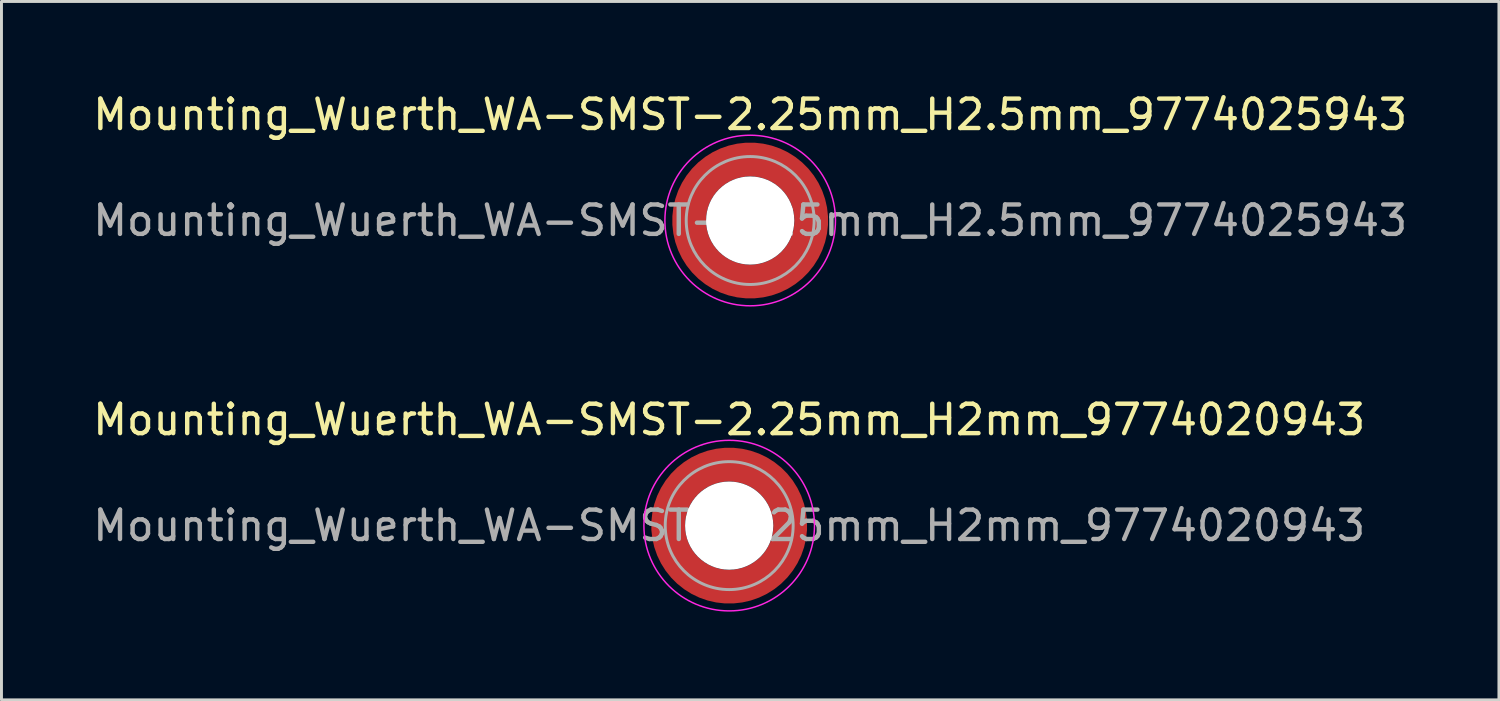
<source format=kicad_pcb>
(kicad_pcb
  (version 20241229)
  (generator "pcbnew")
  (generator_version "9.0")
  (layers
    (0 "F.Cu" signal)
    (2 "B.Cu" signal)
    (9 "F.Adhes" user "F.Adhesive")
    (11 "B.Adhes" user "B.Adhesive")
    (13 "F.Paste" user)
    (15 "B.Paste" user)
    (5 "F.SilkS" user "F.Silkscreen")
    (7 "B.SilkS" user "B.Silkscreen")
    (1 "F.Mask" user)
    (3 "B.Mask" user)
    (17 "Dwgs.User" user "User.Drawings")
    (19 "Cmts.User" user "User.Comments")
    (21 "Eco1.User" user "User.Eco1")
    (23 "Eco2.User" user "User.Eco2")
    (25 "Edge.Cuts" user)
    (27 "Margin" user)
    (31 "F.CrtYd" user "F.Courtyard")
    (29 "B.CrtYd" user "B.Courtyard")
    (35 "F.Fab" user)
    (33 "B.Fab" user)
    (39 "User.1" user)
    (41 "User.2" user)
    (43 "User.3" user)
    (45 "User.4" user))
  (footprint "Mounting_Wuerth_WA-SMST-2.25mm_H2.5mm_9774025943"
    (layer "F.Cu")
    (at 22.458 4.448)
    (property "Reference" "Mounting_Wuerth_WA-SMST-2.25mm_H2.5mm_9774025943" (at 0 -3.6 0) (layer "F.SilkS") (effects (font (size 1 1) (thickness 0.15))))
    (attr smd)
    (fp_circle (center 0 0) (end 2.9 0) (stroke (width 0.05) (type solid)) (fill no) (layer "F.CrtYd"))
    (fp_circle (center 0 0) (end 2.175 0) (stroke (width 0.1) (type solid)) (fill no) (layer "F.Fab"))
    (fp_text user "${REFERENCE}" (at 0 0 0) (layer "F.Fab") (effects (font (size 1 1) (thickness 0.15))))
    (pad "" smd custom (at -1.453 -1.453) (size 0.61 0.61) (layers "F.Paste") (options (anchor circle)) (primitives (gr_arc (start -0.147677 1.053104) (mid 0.286378 0.286378) (end 1.053104 -0.147677) (width 0.2)) (gr_arc (start -0.240295 1.053104) (mid 0.222738 0.222738) (end 1.053104 -0.240295) (width 0.2)) (gr_arc (start -0.332645 1.053104) (mid 0.159099 0.159099) (end 1.053104 -0.332645) (width 0.2)) (gr_arc (start -0.424767 1.053104) (mid 0.095459 0.095459) (end 1.053104 -0.424767) (width 0.2)) (gr_arc (start -0.516693 1.053104) (mid 0.031819 0.031819) (end 1.053104 -0.516693) (width 0.2)) (gr_arc (start -0.608448 1.053104) (mid -0.03182 -0.03182) (end 1.053104 -0.608448) (width 0.2)) (gr_arc (start -0.700056 1.053104) (mid -0.09546 -0.09546) (end 1.053104 -0.700056) (width 0.2)) (gr_arc (start -0.791534 1.053104) (mid -0.159099 -0.159099) (end 1.053104 -0.791534) (width 0.2)) (gr_arc (start -0.882896 1.053104) (mid -0.222738 -0.222738) (end 1.053104 -0.882896) (width 0.2)) (gr_arc (start -0.974157 1.053104) (mid -0.286378 -0.286378) (end 1.053104 -0.974157) (width 0.2)) (gr_line (start 1.053 -0.148) (end 1.053 -0.974) (width 0.2)) (gr_line (start -0.148 1.053) (end -0.974 1.053) (width 0.2))))
    (pad "" smd custom (at -1.453 1.453) (size 0.61 0.61) (layers "F.Paste") (options (anchor circle)) (primitives (gr_arc (start 1.053104 0.147677) (mid 0.286378 -0.286378) (end -0.147677 -1.053104) (width 0.2)) (gr_arc (start 1.053104 0.240295) (mid 0.222738 -0.222738) (end -0.240295 -1.053104) (width 0.2)) (gr_arc (start 1.053104 0.332645) (mid 0.159099 -0.159099) (end -0.332645 -1.053104) (width 0.2)) (gr_arc (start 1.053104 0.424767) (mid 0.095459 -0.095459) (end -0.424767 -1.053104) (width 0.2)) (gr_arc (start 1.053104 0.516693) (mid 0.031819 -0.031819) (end -0.516693 -1.053104) (width 0.2)) (gr_arc (start 1.053104 0.608448) (mid -0.03182 0.03182) (end -0.608448 -1.053104) (width 0.2)) (gr_arc (start 1.053104 0.700056) (mid -0.09546 0.09546) (end -0.700056 -1.053104) (width 0.2)) (gr_arc (start 1.053104 0.791534) (mid -0.159099 0.159099) (end -0.791534 -1.053104) (width 0.2)) (gr_arc (start 1.053104 0.882896) (mid -0.222738 0.222738) (end -0.882896 -1.053104) (width 0.2)) (gr_arc (start 1.053104 0.974157) (mid -0.286378 0.286378) (end -0.974157 -1.053104) (width 0.2)) (gr_line (start -0.148 -1.053) (end -0.974 -1.053) (width 0.2)) (gr_line (start 1.053 0.148) (end 1.053 0.974) (width 0.2))))
    (pad "" np_thru_hole circle (at 0 0) (size 3 3) (drill 3) (layers "*.Cu" "*.Mask"))
    (pad "" smd custom (at 1.453 -1.453) (size 0.61 0.61) (layers "F.Paste") (options (anchor circle)) (primitives (gr_arc (start -1.053104 -0.147677) (mid -0.286378 0.286378) (end 0.147677 1.053104) (width 0.2)) (gr_arc (start -1.053104 -0.240295) (mid -0.222738 0.222738) (end 0.240295 1.053104) (width 0.2)) (gr_arc (start -1.053104 -0.332645) (mid -0.159099 0.159099) (end 0.332645 1.053104) (width 0.2)) (gr_arc (start -1.053104 -0.424767) (mid -0.095459 0.095459) (end 0.424767 1.053104) (width 0.2)) (gr_arc (start -1.053104 -0.516693) (mid -0.031819 0.031819) (end 0.516693 1.053104) (width 0.2)) (gr_arc (start -1.053104 -0.608448) (mid 0.03182 -0.03182) (end 0.608448 1.053104) (width 0.2)) (gr_arc (start -1.053104 -0.700056) (mid 0.09546 -0.09546) (end 0.700056 1.053104) (width 0.2)) (gr_arc (start -1.053104 -0.791534) (mid 0.159099 -0.159099) (end 0.791534 1.053104) (width 0.2)) (gr_arc (start -1.053104 -0.882896) (mid 0.222738 -0.222738) (end 0.882896 1.053104) (width 0.2)) (gr_arc (start -1.053104 -0.974157) (mid 0.286378 -0.286378) (end 0.974157 1.053104) (width 0.2)) (gr_line (start 0.148 1.053) (end 0.974 1.053) (width 0.2)) (gr_line (start -1.053 -0.148) (end -1.053 -0.974) (width 0.2))))
    (pad "" smd custom (at 1.453 1.453) (size 0.61 0.61) (layers "F.Paste") (options (anchor circle)) (primitives (gr_arc (start 0.147677 -1.053104) (mid -0.286378 -0.286378) (end -1.053104 0.147677) (width 0.2)) (gr_arc (start 0.240295 -1.053104) (mid -0.222738 -0.222738) (end -1.053104 0.240295) (width 0.2)) (gr_arc (start 0.332645 -1.053104) (mid -0.159099 -0.159099) (end -1.053104 0.332645) (width 0.2)) (gr_arc (start 0.424767 -1.053104) (mid -0.095459 -0.095459) (end -1.053104 0.424767) (width 0.2)) (gr_arc (start 0.516693 -1.053104) (mid -0.031819 -0.031819) (end -1.053104 0.516693) (width 0.2)) (gr_arc (start 0.608448 -1.053104) (mid 0.03182 0.03182) (end -1.053104 0.608448) (width 0.2)) (gr_arc (start 0.700056 -1.053104) (mid 0.09546 0.09546) (end -1.053104 0.700056) (width 0.2)) (gr_arc (start 0.791534 -1.053104) (mid 0.159099 0.159099) (end -1.053104 0.791534) (width 0.2)) (gr_arc (start 0.882896 -1.053104) (mid 0.222738 0.222738) (end -1.053104 0.882896) (width 0.2)) (gr_arc (start 0.974157 -1.053104) (mid 0.286378 0.286378) (end -1.053104 0.974157) (width 0.2)) (gr_line (start -1.053 0.148) (end -1.053 0.974) (width 0.2)) (gr_line (start 0.148 -1.053) (end 0.974 -1.053) (width 0.2))))
    (pad "1" smd circle (at -2.075 0) (size 0.75 0.75) (layers "F.Cu"))
    (pad "1" smd circle (at 0 -2.075) (size 0.75 0.75) (layers "F.Cu"))
    (pad "1" smd circle (at 0 2.075) (size 0.75 0.75) (layers "F.Cu"))
    (pad "1" smd custom (at 2.075 0) (size 0.75 0.75) (layers "F.Cu" "F.Mask") (options (anchor circle)) (primitives (gr_circle (center -2.075 0) (end 0 0) (width 1.15) (fill no)))))
  (footprint "Mounting_Wuerth_WA-SMST-2.25mm_H2mm_9774020943"
    (layer "F.Cu")
    (at 21.744 14.822)
    (property "Reference" "Mounting_Wuerth_WA-SMST-2.25mm_H2mm_9774020943" (at 0 -3.6 0) (layer "F.SilkS") (effects (font (size 1 1) (thickness 0.15))))
    (attr smd)
    (fp_circle (center 0 0) (end 2.9 0) (stroke (width 0.05) (type solid)) (fill no) (layer "F.CrtYd"))
    (fp_circle (center 0 0) (end 2.175 0) (stroke (width 0.1) (type solid)) (fill no) (layer "F.Fab"))
    (fp_text user "${REFERENCE}" (at 0 0 0) (layer "F.Fab") (effects (font (size 1 1) (thickness 0.15))))
    (pad "" smd custom (at -1.453 -1.453) (size 0.61 0.61) (layers "F.Paste") (options (anchor circle)) (primitives (gr_arc (start -0.147677 1.053104) (mid 0.286378 0.286378) (end 1.053104 -0.147677) (width 0.2)) (gr_arc (start -0.240295 1.053104) (mid 0.222738 0.222738) (end 1.053104 -0.240295) (width 0.2)) (gr_arc (start -0.332645 1.053104) (mid 0.159099 0.159099) (end 1.053104 -0.332645) (width 0.2)) (gr_arc (start -0.424767 1.053104) (mid 0.095459 0.095459) (end 1.053104 -0.424767) (width 0.2)) (gr_arc (start -0.516693 1.053104) (mid 0.031819 0.031819) (end 1.053104 -0.516693) (width 0.2)) (gr_arc (start -0.608448 1.053104) (mid -0.03182 -0.03182) (end 1.053104 -0.608448) (width 0.2)) (gr_arc (start -0.700056 1.053104) (mid -0.09546 -0.09546) (end 1.053104 -0.700056) (width 0.2)) (gr_arc (start -0.791534 1.053104) (mid -0.159099 -0.159099) (end 1.053104 -0.791534) (width 0.2)) (gr_arc (start -0.882896 1.053104) (mid -0.222738 -0.222738) (end 1.053104 -0.882896) (width 0.2)) (gr_arc (start -0.974157 1.053104) (mid -0.286378 -0.286378) (end 1.053104 -0.974157) (width 0.2)) (gr_line (start 1.053 -0.148) (end 1.053 -0.974) (width 0.2)) (gr_line (start -0.148 1.053) (end -0.974 1.053) (width 0.2))))
    (pad "" smd custom (at -1.453 1.453) (size 0.61 0.61) (layers "F.Paste") (options (anchor circle)) (primitives (gr_arc (start 1.053104 0.147677) (mid 0.286378 -0.286378) (end -0.147677 -1.053104) (width 0.2)) (gr_arc (start 1.053104 0.240295) (mid 0.222738 -0.222738) (end -0.240295 -1.053104) (width 0.2)) (gr_arc (start 1.053104 0.332645) (mid 0.159099 -0.159099) (end -0.332645 -1.053104) (width 0.2)) (gr_arc (start 1.053104 0.424767) (mid 0.095459 -0.095459) (end -0.424767 -1.053104) (width 0.2)) (gr_arc (start 1.053104 0.516693) (mid 0.031819 -0.031819) (end -0.516693 -1.053104) (width 0.2)) (gr_arc (start 1.053104 0.608448) (mid -0.03182 0.03182) (end -0.608448 -1.053104) (width 0.2)) (gr_arc (start 1.053104 0.700056) (mid -0.09546 0.09546) (end -0.700056 -1.053104) (width 0.2)) (gr_arc (start 1.053104 0.791534) (mid -0.159099 0.159099) (end -0.791534 -1.053104) (width 0.2)) (gr_arc (start 1.053104 0.882896) (mid -0.222738 0.222738) (end -0.882896 -1.053104) (width 0.2)) (gr_arc (start 1.053104 0.974157) (mid -0.286378 0.286378) (end -0.974157 -1.053104) (width 0.2)) (gr_line (start -0.148 -1.053) (end -0.974 -1.053) (width 0.2)) (gr_line (start 1.053 0.148) (end 1.053 0.974) (width 0.2))))
    (pad "" np_thru_hole circle (at 0 0) (size 3 3) (drill 3) (layers "*.Cu" "*.Mask"))
    (pad "" smd custom (at 1.453 -1.453) (size 0.61 0.61) (layers "F.Paste") (options (anchor circle)) (primitives (gr_arc (start -1.053104 -0.147677) (mid -0.286378 0.286378) (end 0.147677 1.053104) (width 0.2)) (gr_arc (start -1.053104 -0.240295) (mid -0.222738 0.222738) (end 0.240295 1.053104) (width 0.2)) (gr_arc (start -1.053104 -0.332645) (mid -0.159099 0.159099) (end 0.332645 1.053104) (width 0.2)) (gr_arc (start -1.053104 -0.424767) (mid -0.095459 0.095459) (end 0.424767 1.053104) (width 0.2)) (gr_arc (start -1.053104 -0.516693) (mid -0.031819 0.031819) (end 0.516693 1.053104) (width 0.2)) (gr_arc (start -1.053104 -0.608448) (mid 0.03182 -0.03182) (end 0.608448 1.053104) (width 0.2)) (gr_arc (start -1.053104 -0.700056) (mid 0.09546 -0.09546) (end 0.700056 1.053104) (width 0.2)) (gr_arc (start -1.053104 -0.791534) (mid 0.159099 -0.159099) (end 0.791534 1.053104) (width 0.2)) (gr_arc (start -1.053104 -0.882896) (mid 0.222738 -0.222738) (end 0.882896 1.053104) (width 0.2)) (gr_arc (start -1.053104 -0.974157) (mid 0.286378 -0.286378) (end 0.974157 1.053104) (width 0.2)) (gr_line (start 0.148 1.053) (end 0.974 1.053) (width 0.2)) (gr_line (start -1.053 -0.148) (end -1.053 -0.974) (width 0.2))))
    (pad "" smd custom (at 1.453 1.453) (size 0.61 0.61) (layers "F.Paste") (options (anchor circle)) (primitives (gr_arc (start 0.147677 -1.053104) (mid -0.286378 -0.286378) (end -1.053104 0.147677) (width 0.2)) (gr_arc (start 0.240295 -1.053104) (mid -0.222738 -0.222738) (end -1.053104 0.240295) (width 0.2)) (gr_arc (start 0.332645 -1.053104) (mid -0.159099 -0.159099) (end -1.053104 0.332645) (width 0.2)) (gr_arc (start 0.424767 -1.053104) (mid -0.095459 -0.095459) (end -1.053104 0.424767) (width 0.2)) (gr_arc (start 0.516693 -1.053104) (mid -0.031819 -0.031819) (end -1.053104 0.516693) (width 0.2)) (gr_arc (start 0.608448 -1.053104) (mid 0.03182 0.03182) (end -1.053104 0.608448) (width 0.2)) (gr_arc (start 0.700056 -1.053104) (mid 0.09546 0.09546) (end -1.053104 0.700056) (width 0.2)) (gr_arc (start 0.791534 -1.053104) (mid 0.159099 0.159099) (end -1.053104 0.791534) (width 0.2)) (gr_arc (start 0.882896 -1.053104) (mid 0.222738 0.222738) (end -1.053104 0.882896) (width 0.2)) (gr_arc (start 0.974157 -1.053104) (mid 0.286378 0.286378) (end -1.053104 0.974157) (width 0.2)) (gr_line (start -1.053 0.148) (end -1.053 0.974) (width 0.2)) (gr_line (start 0.148 -1.053) (end 0.974 -1.053) (width 0.2))))
    (pad "1" smd circle (at -2.075 0) (size 0.75 0.75) (layers "F.Cu"))
    (pad "1" smd circle (at 0 -2.075) (size 0.75 0.75) (layers "F.Cu"))
    (pad "1" smd circle (at 0 2.075) (size 0.75 0.75) (layers "F.Cu"))
    (pad "1" smd custom (at 2.075 0) (size 0.75 0.75) (layers "F.Cu" "F.Mask") (options (anchor circle)) (primitives (gr_circle (center -2.075 0) (end 0 0) (width 1.15) (fill no)))))
  (gr_rect
    (start -3 -3)
    (end 47.917 20.747)
    (stroke (width 0.1) (type default))
    (fill no)
    (layer "Edge.Cuts")))
</source>
